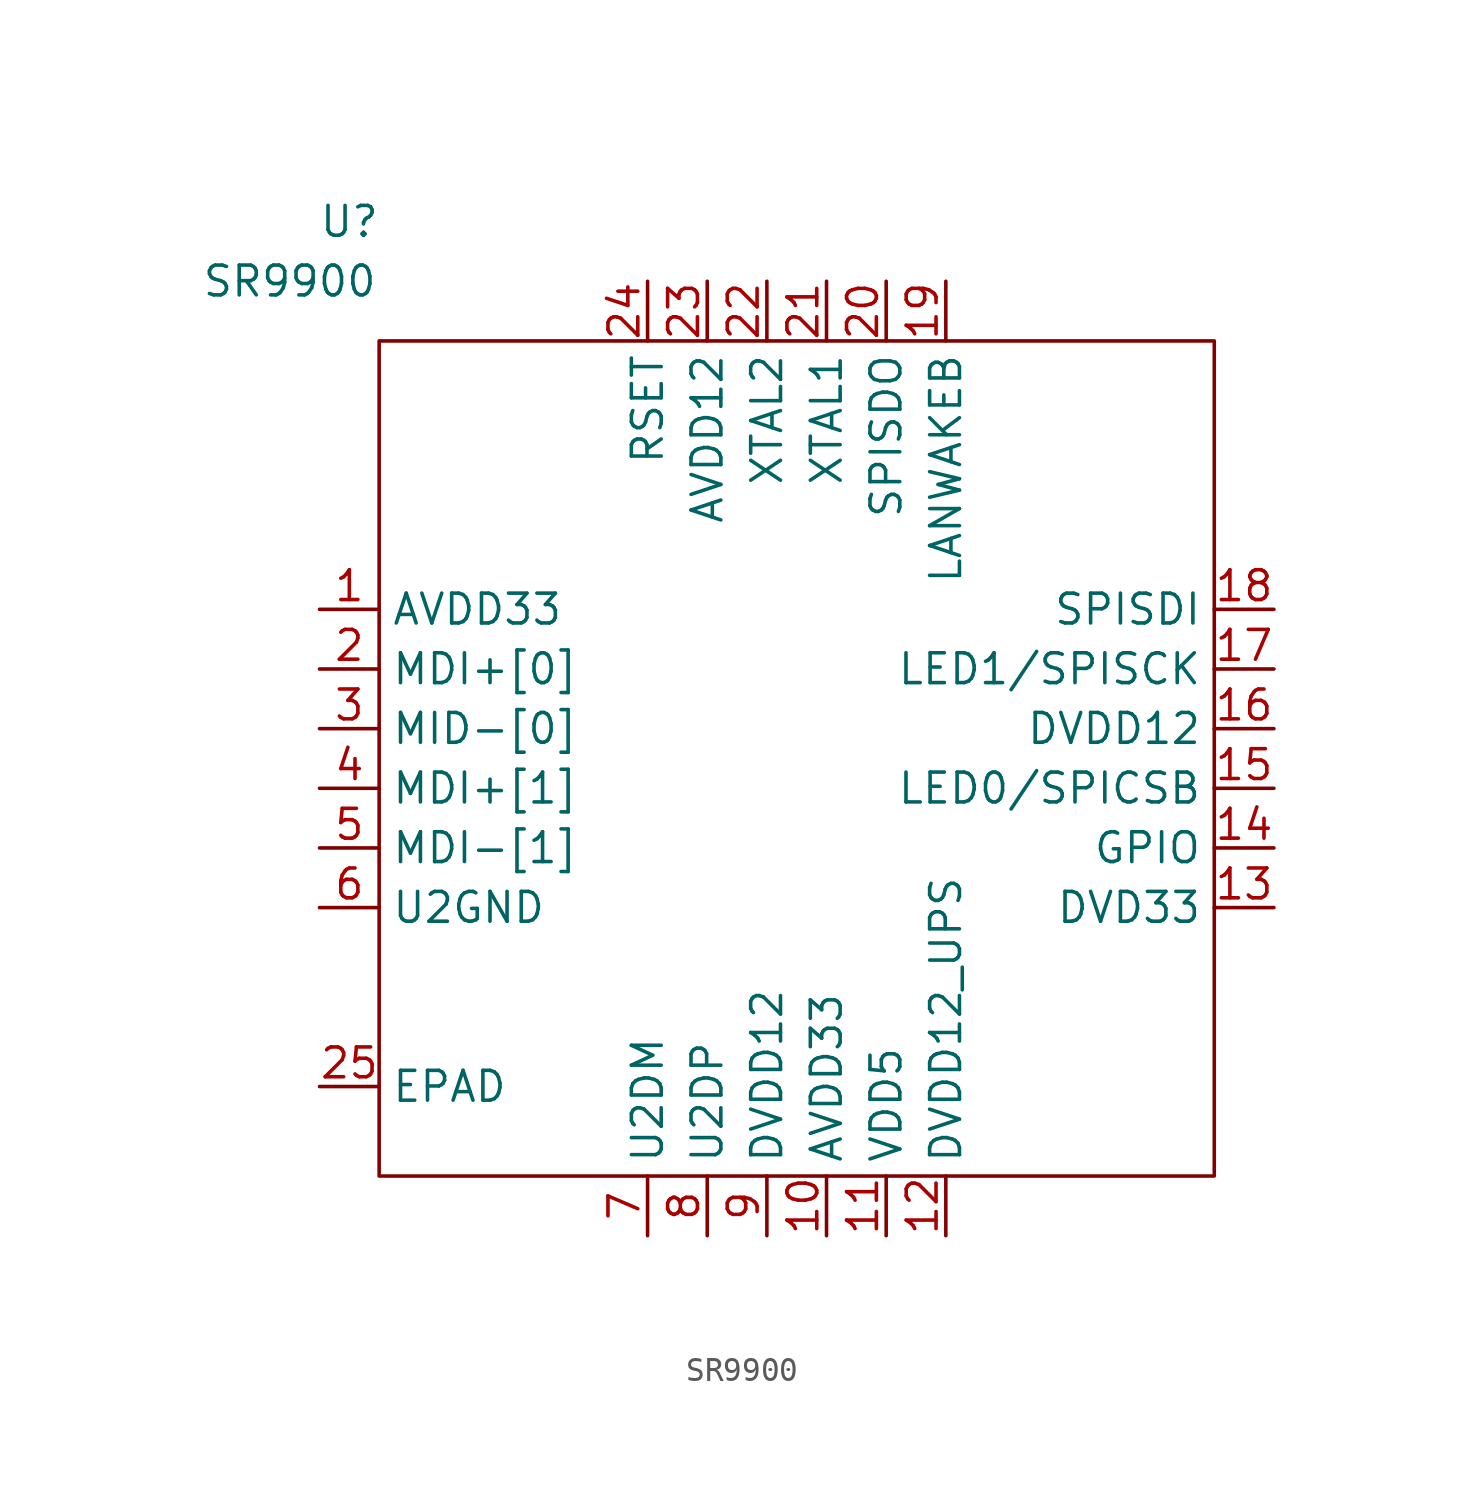
<source format=kicad_sym>
(kicad_symbol_lib
  (version 20211014)
  (generator kicad_symbol_editor)
  (symbol "SR9900"
    (property "Reference" "U"
      (at -1.27 5.08 0)
      (effects (font (size 1.27 1.27))))
    (property "Value" "SR9900"
      (at -3.81 2.54 0)
      (effects (font (size 1.27 1.27))))
    (symbol "SR9900_0_1"
      (rectangle (start 0 0) (end 35.56 -35.56) (stroke (width 0) (type default) (color 0 0 0 0)) (fill (type none))))
    (symbol "SR9900_1_1"
      (pin power_out line (at -2.54 -11.43 0) (length 2.54) (name "AVDD33" (effects (font (size 1.27 1.27)))) (number "1" (effects (font (size 1.27 1.27)))))
      (pin power_out line (at 19.05 -38.1 90) (length 2.54) (name "AVDD33" (effects (font (size 1.27 1.27)))) (number "10" (effects (font (size 1.27 1.27)))))
      (pin power_in line (at 21.59 -38.1 90) (length 2.54) (name "VDD5" (effects (font (size 1.27 1.27)))) (number "11" (effects (font (size 1.27 1.27)))))
      (pin power_out line (at 24.13 -38.1 90) (length 2.54) (name "DVDD12_UPS" (effects (font (size 1.27 1.27)))) (number "12" (effects (font (size 1.27 1.27)))))
      (pin power_in line (at 38.1 -24.13 180) (length 2.54) (name "DVD33" (effects (font (size 1.27 1.27)))) (number "13" (effects (font (size 1.27 1.27)))))
      (pin bidirectional line (at 38.1 -21.59 180) (length 2.54) (name "GPIO" (effects (font (size 1.27 1.27)))) (number "14" (effects (font (size 1.27 1.27)))))
      (pin output line (at 38.1 -19.05 180) (length 2.54) (name "LED0/SPICSB" (effects (font (size 1.27 1.27)))) (number "15" (effects (font (size 1.27 1.27)))))
      (pin power_in line (at 38.1 -16.51 180) (length 2.54) (name "DVDD12" (effects (font (size 1.27 1.27)))) (number "16" (effects (font (size 1.27 1.27)))))
      (pin output line (at 38.1 -13.97 180) (length 2.54) (name "LED1/SPISCK" (effects (font (size 1.27 1.27)))) (number "17" (effects (font (size 1.27 1.27)))))
      (pin output line (at 38.1 -11.43 180) (length 2.54) (name "SPISDI" (effects (font (size 1.27 1.27)))) (number "18" (effects (font (size 1.27 1.27)))))
      (pin output line (at 24.13 2.54 270) (length 2.54) (name "LANWAKEB" (effects (font (size 1.27 1.27)))) (number "19" (effects (font (size 1.27 1.27)))))
      (pin bidirectional line (at -2.54 -13.97 0) (length 2.54) (name "MDI+[0]" (effects (font (size 1.27 1.27)))) (number "2" (effects (font (size 1.27 1.27)))))
      (pin input line (at 21.59 2.54 270) (length 2.54) (name "SPISDO" (effects (font (size 1.27 1.27)))) (number "20" (effects (font (size 1.27 1.27)))))
      (pin input line (at 19.05 2.54 270) (length 2.54) (name "XTAL1" (effects (font (size 1.27 1.27)))) (number "21" (effects (font (size 1.27 1.27)))))
      (pin output line (at 16.51 2.54 270) (length 2.54) (name "XTAL2" (effects (font (size 1.27 1.27)))) (number "22" (effects (font (size 1.27 1.27)))))
      (pin power_in line (at 13.97 2.54 270) (length 2.54) (name "AVDD12" (effects (font (size 1.27 1.27)))) (number "23" (effects (font (size 1.27 1.27)))))
      (pin input line (at 11.43 2.54 270) (length 2.54) (name "RSET" (effects (font (size 1.27 1.27)))) (number "24" (effects (font (size 1.27 1.27)))))
      (pin power_in line (at -2.54 -31.75 0) (length 2.54) (name "EPAD" (effects (font (size 1.27 1.27)))) (number "25" (effects (font (size 1.27 1.27)))))
      (pin bidirectional line (at -2.54 -16.51 0) (length 2.54) (name "MID-[0]" (effects (font (size 1.27 1.27)))) (number "3" (effects (font (size 1.27 1.27)))))
      (pin bidirectional line (at -2.54 -19.05 0) (length 2.54) (name "MDI+[1]" (effects (font (size 1.27 1.27)))) (number "4" (effects (font (size 1.27 1.27)))))
      (pin bidirectional line (at -2.54 -21.59 0) (length 2.54) (name "MDI-[1]" (effects (font (size 1.27 1.27)))) (number "5" (effects (font (size 1.27 1.27)))))
      (pin power_in line (at -2.54 -24.13 0) (length 2.54) (name "U2GND" (effects (font (size 1.27 1.27)))) (number "6" (effects (font (size 1.27 1.27)))))
      (pin bidirectional line (at 11.43 -38.1 90) (length 2.54) (name "U2DM" (effects (font (size 1.27 1.27)))) (number "7" (effects (font (size 1.27 1.27)))))
      (pin bidirectional line (at 13.97 -38.1 90) (length 2.54) (name "U2DP" (effects (font (size 1.27 1.27)))) (number "8" (effects (font (size 1.27 1.27)))))
      (pin power_in line (at 16.51 -38.1 90) (length 2.54) (name "DVDD12" (effects (font (size 1.27 1.27)))) (number "9" (effects (font (size 1.27 1.27))))))))
</source>
